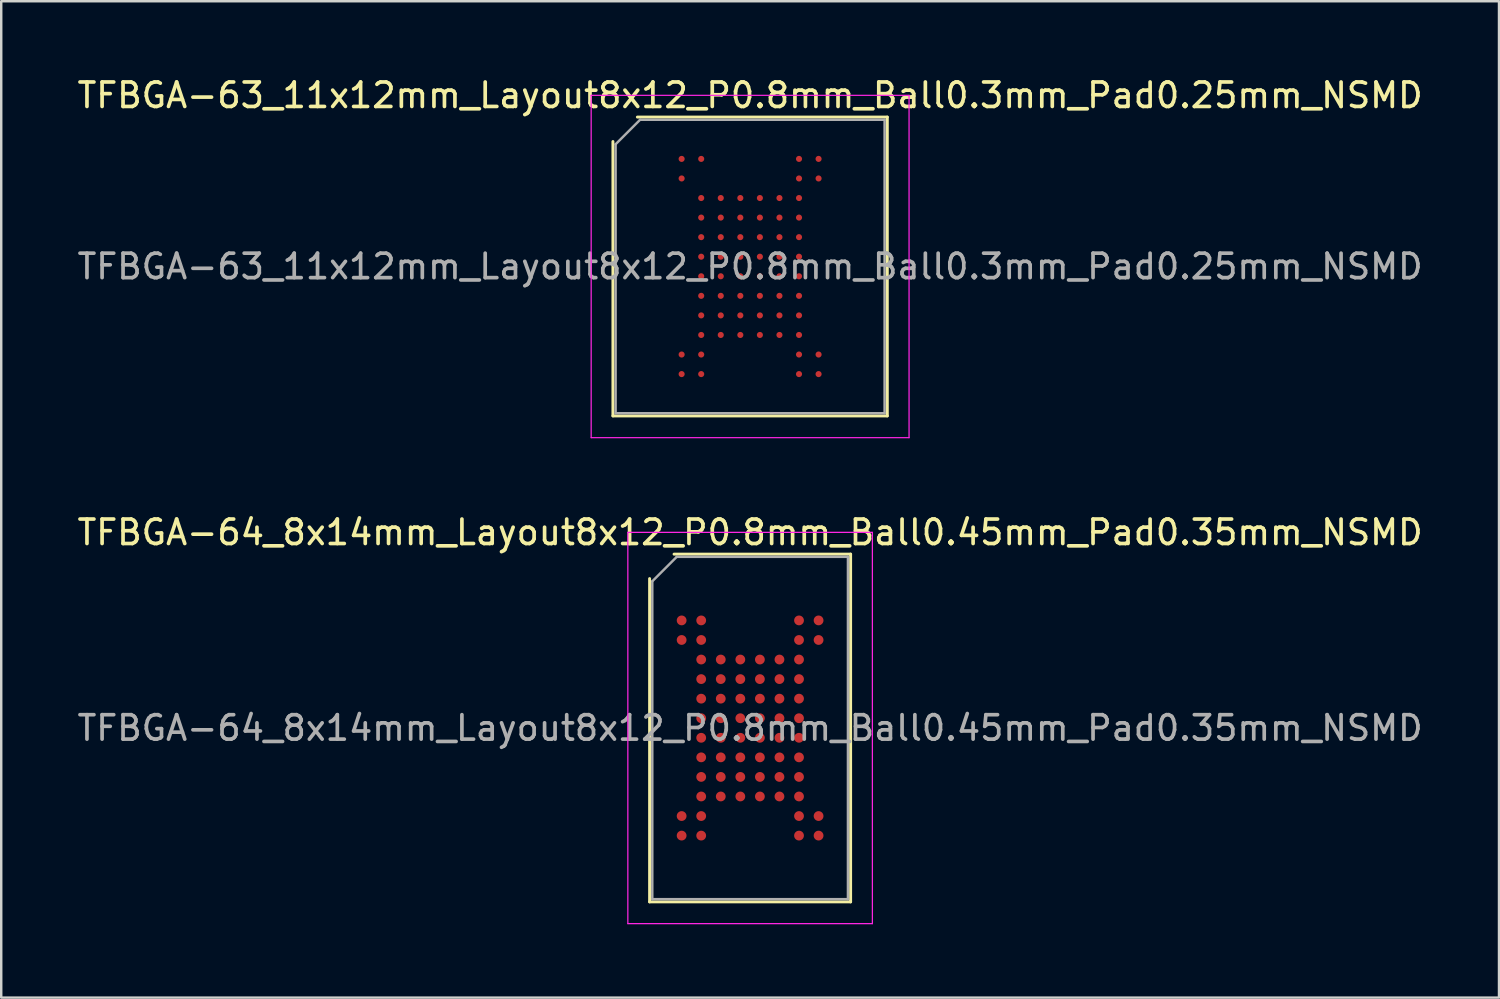
<source format=kicad_pcb>
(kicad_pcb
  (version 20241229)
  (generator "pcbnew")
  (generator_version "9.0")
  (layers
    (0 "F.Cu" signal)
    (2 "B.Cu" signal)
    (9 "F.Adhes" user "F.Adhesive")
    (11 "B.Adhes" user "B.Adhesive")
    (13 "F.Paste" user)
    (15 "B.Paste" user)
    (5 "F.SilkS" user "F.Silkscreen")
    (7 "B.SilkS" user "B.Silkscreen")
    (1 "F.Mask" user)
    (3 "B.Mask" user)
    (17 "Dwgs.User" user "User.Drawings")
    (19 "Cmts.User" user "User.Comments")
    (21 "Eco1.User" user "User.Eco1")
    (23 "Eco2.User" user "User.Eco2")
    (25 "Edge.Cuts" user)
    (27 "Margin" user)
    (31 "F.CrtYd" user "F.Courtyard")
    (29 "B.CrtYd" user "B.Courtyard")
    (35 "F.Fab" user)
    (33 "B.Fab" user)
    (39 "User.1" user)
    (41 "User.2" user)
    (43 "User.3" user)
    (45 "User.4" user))
  (footprint "TFBGA-63_11x12mm_Layout8x12_P0.8mm_Ball0.3mm_Pad0.25mm_NSMD"
    (layer "F.Cu")
    (at 27.625 7.848)
    (property "Reference" "TFBGA-63_11x12mm_Layout8x12_P0.8mm_Ball0.3mm_Pad0.25mm_NSMD" (at 0 -7 0) (layer "F.SilkS") (effects (font (size 1 1) (thickness 0.15))))
    (attr smd)
    (fp_line (start -5.61 6.11) (end -5.61 -5.11) (stroke (width 0.12) (type solid)) (layer "F.SilkS"))
    (fp_line (start -4.61 -6.11) (end 5.61 -6.11) (stroke (width 0.12) (type solid)) (layer "F.SilkS"))
    (fp_line (start 5.61 -6.11) (end 5.61 6.11) (stroke (width 0.12) (type solid)) (layer "F.SilkS"))
    (fp_line (start 5.61 6.11) (end -5.61 6.11) (stroke (width 0.12) (type solid)) (layer "F.SilkS"))
    (fp_line (start -6.5 -7) (end -6.5 7) (stroke (width 0.05) (type solid)) (layer "F.CrtYd"))
    (fp_line (start -6.5 7) (end 6.5 7) (stroke (width 0.05) (type solid)) (layer "F.CrtYd"))
    (fp_line (start 6.5 -7) (end -6.5 -7) (stroke (width 0.05) (type solid)) (layer "F.CrtYd"))
    (fp_line (start 6.5 7) (end 6.5 -7) (stroke (width 0.05) (type solid)) (layer "F.CrtYd"))
    (fp_line (start -5.5 -5) (end -4.5 -6) (stroke (width 0.1) (type solid)) (layer "F.Fab"))
    (fp_line (start -5.5 6) (end -5.5 -5) (stroke (width 0.1) (type solid)) (layer "F.Fab"))
    (fp_line (start -4.5 -6) (end 5.5 -6) (stroke (width 0.1) (type solid)) (layer "F.Fab"))
    (fp_line (start 5.5 -6) (end 5.5 6) (stroke (width 0.1) (type solid)) (layer "F.Fab"))
    (fp_line (start 5.5 6) (end -5.5 6) (stroke (width 0.1) (type solid)) (layer "F.Fab"))
    (fp_text user "${REFERENCE}" (at 0 0 0) (layer "F.Fab") (effects (font (size 1 1) (thickness 0.15))))
    (pad "A1" smd circle (at -2.8 -4.4) (size 0.25 0.25) (layers "F.Cu" "F.Mask" "F.Paste"))
    (pad "A2" smd circle (at -2 -4.4) (size 0.25 0.25) (layers "F.Cu" "F.Mask" "F.Paste"))
    (pad "A7" smd circle (at 2 -4.4) (size 0.25 0.25) (layers "F.Cu" "F.Mask" "F.Paste"))
    (pad "A8" smd circle (at 2.8 -4.4) (size 0.25 0.25) (layers "F.Cu" "F.Mask" "F.Paste"))
    (pad "B1" smd circle (at -2.8 -3.6) (size 0.25 0.25) (layers "F.Cu" "F.Mask" "F.Paste"))
    (pad "B7" smd circle (at 2 -3.6) (size 0.25 0.25) (layers "F.Cu" "F.Mask" "F.Paste"))
    (pad "B8" smd circle (at 2.8 -3.6) (size 0.25 0.25) (layers "F.Cu" "F.Mask" "F.Paste"))
    (pad "C2" smd circle (at -2 -2.8) (size 0.25 0.25) (layers "F.Cu" "F.Mask" "F.Paste"))
    (pad "C3" smd circle (at -1.2 -2.8) (size 0.25 0.25) (layers "F.Cu" "F.Mask" "F.Paste"))
    (pad "C4" smd circle (at -0.4 -2.8) (size 0.25 0.25) (layers "F.Cu" "F.Mask" "F.Paste"))
    (pad "C5" smd circle (at 0.4 -2.8) (size 0.25 0.25) (layers "F.Cu" "F.Mask" "F.Paste"))
    (pad "C6" smd circle (at 1.2 -2.8) (size 0.25 0.25) (layers "F.Cu" "F.Mask" "F.Paste"))
    (pad "C7" smd circle (at 2 -2.8) (size 0.25 0.25) (layers "F.Cu" "F.Mask" "F.Paste"))
    (pad "D2" smd circle (at -2 -2) (size 0.25 0.25) (layers "F.Cu" "F.Mask" "F.Paste"))
    (pad "D3" smd circle (at -1.2 -2) (size 0.25 0.25) (layers "F.Cu" "F.Mask" "F.Paste"))
    (pad "D4" smd circle (at -0.4 -2) (size 0.25 0.25) (layers "F.Cu" "F.Mask" "F.Paste"))
    (pad "D5" smd circle (at 0.4 -2) (size 0.25 0.25) (layers "F.Cu" "F.Mask" "F.Paste"))
    (pad "D6" smd circle (at 1.2 -2) (size 0.25 0.25) (layers "F.Cu" "F.Mask" "F.Paste"))
    (pad "D7" smd circle (at 2 -2) (size 0.25 0.25) (layers "F.Cu" "F.Mask" "F.Paste"))
    (pad "E2" smd circle (at -2 -1.2) (size 0.25 0.25) (layers "F.Cu" "F.Mask" "F.Paste"))
    (pad "E3" smd circle (at -1.2 -1.2) (size 0.25 0.25) (layers "F.Cu" "F.Mask" "F.Paste"))
    (pad "E4" smd circle (at -0.4 -1.2) (size 0.25 0.25) (layers "F.Cu" "F.Mask" "F.Paste"))
    (pad "E5" smd circle (at 0.4 -1.2) (size 0.25 0.25) (layers "F.Cu" "F.Mask" "F.Paste"))
    (pad "E6" smd circle (at 1.2 -1.2) (size 0.25 0.25) (layers "F.Cu" "F.Mask" "F.Paste"))
    (pad "E7" smd circle (at 2 -1.2) (size 0.25 0.25) (layers "F.Cu" "F.Mask" "F.Paste"))
    (pad "F2" smd circle (at -2 -0.4) (size 0.25 0.25) (layers "F.Cu" "F.Mask" "F.Paste"))
    (pad "F3" smd circle (at -1.2 -0.4) (size 0.25 0.25) (layers "F.Cu" "F.Mask" "F.Paste"))
    (pad "F4" smd circle (at -0.4 -0.4) (size 0.25 0.25) (layers "F.Cu" "F.Mask" "F.Paste"))
    (pad "F5" smd circle (at 0.4 -0.4) (size 0.25 0.25) (layers "F.Cu" "F.Mask" "F.Paste"))
    (pad "F6" smd circle (at 1.2 -0.4) (size 0.25 0.25) (layers "F.Cu" "F.Mask" "F.Paste"))
    (pad "F7" smd circle (at 2 -0.4) (size 0.25 0.25) (layers "F.Cu" "F.Mask" "F.Paste"))
    (pad "G2" smd circle (at -2 0.4) (size 0.25 0.25) (layers "F.Cu" "F.Mask" "F.Paste"))
    (pad "G3" smd circle (at -1.2 0.4) (size 0.25 0.25) (layers "F.Cu" "F.Mask" "F.Paste"))
    (pad "G4" smd circle (at -0.4 0.4) (size 0.25 0.25) (layers "F.Cu" "F.Mask" "F.Paste"))
    (pad "G5" smd circle (at 0.4 0.4) (size 0.25 0.25) (layers "F.Cu" "F.Mask" "F.Paste"))
    (pad "G6" smd circle (at 1.2 0.4) (size 0.25 0.25) (layers "F.Cu" "F.Mask" "F.Paste"))
    (pad "G7" smd circle (at 2 0.4) (size 0.25 0.25) (layers "F.Cu" "F.Mask" "F.Paste"))
    (pad "H2" smd circle (at -2 1.2) (size 0.25 0.25) (layers "F.Cu" "F.Mask" "F.Paste"))
    (pad "H3" smd circle (at -1.2 1.2) (size 0.25 0.25) (layers "F.Cu" "F.Mask" "F.Paste"))
    (pad "H4" smd circle (at -0.4 1.2) (size 0.25 0.25) (layers "F.Cu" "F.Mask" "F.Paste"))
    (pad "H5" smd circle (at 0.4 1.2) (size 0.25 0.25) (layers "F.Cu" "F.Mask" "F.Paste"))
    (pad "H6" smd circle (at 1.2 1.2) (size 0.25 0.25) (layers "F.Cu" "F.Mask" "F.Paste"))
    (pad "H7" smd circle (at 2 1.2) (size 0.25 0.25) (layers "F.Cu" "F.Mask" "F.Paste"))
    (pad "J2" smd circle (at -2 2) (size 0.25 0.25) (layers "F.Cu" "F.Mask" "F.Paste"))
    (pad "J3" smd circle (at -1.2 2) (size 0.25 0.25) (layers "F.Cu" "F.Mask" "F.Paste"))
    (pad "J4" smd circle (at -0.4 2) (size 0.25 0.25) (layers "F.Cu" "F.Mask" "F.Paste"))
    (pad "J5" smd circle (at 0.4 2) (size 0.25 0.25) (layers "F.Cu" "F.Mask" "F.Paste"))
    (pad "J6" smd circle (at 1.2 2) (size 0.25 0.25) (layers "F.Cu" "F.Mask" "F.Paste"))
    (pad "J7" smd circle (at 2 2) (size 0.25 0.25) (layers "F.Cu" "F.Mask" "F.Paste"))
    (pad "K2" smd circle (at -2 2.8) (size 0.25 0.25) (layers "F.Cu" "F.Mask" "F.Paste"))
    (pad "K3" smd circle (at -1.2 2.8) (size 0.25 0.25) (layers "F.Cu" "F.Mask" "F.Paste"))
    (pad "K4" smd circle (at -0.4 2.8) (size 0.25 0.25) (layers "F.Cu" "F.Mask" "F.Paste"))
    (pad "K5" smd circle (at 0.4 2.8) (size 0.25 0.25) (layers "F.Cu" "F.Mask" "F.Paste"))
    (pad "K6" smd circle (at 1.2 2.8) (size 0.25 0.25) (layers "F.Cu" "F.Mask" "F.Paste"))
    (pad "K7" smd circle (at 2 2.8) (size 0.25 0.25) (layers "F.Cu" "F.Mask" "F.Paste"))
    (pad "L1" smd circle (at -2.8 3.6) (size 0.25 0.25) (layers "F.Cu" "F.Mask" "F.Paste"))
    (pad "L2" smd circle (at -2 3.6) (size 0.25 0.25) (layers "F.Cu" "F.Mask" "F.Paste"))
    (pad "L7" smd circle (at 2 3.6) (size 0.25 0.25) (layers "F.Cu" "F.Mask" "F.Paste"))
    (pad "L8" smd circle (at 2.8 3.6) (size 0.25 0.25) (layers "F.Cu" "F.Mask" "F.Paste"))
    (pad "M1" smd circle (at -2.8 4.4) (size 0.25 0.25) (layers "F.Cu" "F.Mask" "F.Paste"))
    (pad "M2" smd circle (at -2 4.4) (size 0.25 0.25) (layers "F.Cu" "F.Mask" "F.Paste"))
    (pad "M7" smd circle (at 2 4.4) (size 0.25 0.25) (layers "F.Cu" "F.Mask" "F.Paste"))
    (pad "M8" smd circle (at 2.8 4.4) (size 0.25 0.25) (layers "F.Cu" "F.Mask" "F.Paste")))
  (footprint "TFBGA-64_8x14mm_Layout8x12_P0.8mm_Ball0.45mm_Pad0.35mm_NSMD"
    (layer "F.Cu")
    (at 27.625 26.721)
    (property "Reference" "TFBGA-64_8x14mm_Layout8x12_P0.8mm_Ball0.45mm_Pad0.35mm_NSMD" (at 0 -8 0) (layer "F.SilkS") (effects (font (size 1 1) (thickness 0.15))))
    (attr smd)
    (fp_line (start -4.11 7.11) (end -4.11 -6.11) (stroke (width 0.12) (type solid)) (layer "F.SilkS"))
    (fp_line (start -3.11 -7.11) (end 4.11 -7.11) (stroke (width 0.12) (type solid)) (layer "F.SilkS"))
    (fp_line (start 4.11 -7.11) (end 4.11 7.11) (stroke (width 0.12) (type solid)) (layer "F.SilkS"))
    (fp_line (start 4.11 7.11) (end -4.11 7.11) (stroke (width 0.12) (type solid)) (layer "F.SilkS"))
    (fp_line (start -5 -8) (end -5 8) (stroke (width 0.05) (type solid)) (layer "F.CrtYd"))
    (fp_line (start -5 8) (end 5 8) (stroke (width 0.05) (type solid)) (layer "F.CrtYd"))
    (fp_line (start 5 -8) (end -5 -8) (stroke (width 0.05) (type solid)) (layer "F.CrtYd"))
    (fp_line (start 5 8) (end 5 -8) (stroke (width 0.05) (type solid)) (layer "F.CrtYd"))
    (fp_line (start -4 -6) (end -3 -7) (stroke (width 0.1) (type solid)) (layer "F.Fab"))
    (fp_line (start -4 7) (end -4 -6) (stroke (width 0.1) (type solid)) (layer "F.Fab"))
    (fp_line (start -3 -7) (end 4 -7) (stroke (width 0.1) (type solid)) (layer "F.Fab"))
    (fp_line (start 4 -7) (end 4 7) (stroke (width 0.1) (type solid)) (layer "F.Fab"))
    (fp_line (start 4 7) (end -4 7) (stroke (width 0.1) (type solid)) (layer "F.Fab"))
    (fp_text user "${REFERENCE}" (at 0 0 0) (layer "F.Fab") (effects (font (size 1 1) (thickness 0.15))))
    (pad "A1" smd circle (at -2.8 -4.4) (size 0.4 0.4) (layers "F.Cu" "F.Mask" "F.Paste"))
    (pad "A2" smd circle (at -2 -4.4) (size 0.4 0.4) (layers "F.Cu" "F.Mask" "F.Paste"))
    (pad "A7" smd circle (at 2 -4.4) (size 0.4 0.4) (layers "F.Cu" "F.Mask" "F.Paste"))
    (pad "A8" smd circle (at 2.8 -4.4) (size 0.4 0.4) (layers "F.Cu" "F.Mask" "F.Paste"))
    (pad "B1" smd circle (at -2.8 -3.6) (size 0.4 0.4) (layers "F.Cu" "F.Mask" "F.Paste"))
    (pad "B2" smd circle (at -2 -3.6) (size 0.4 0.4) (layers "F.Cu" "F.Mask" "F.Paste"))
    (pad "B7" smd circle (at 2 -3.6) (size 0.4 0.4) (layers "F.Cu" "F.Mask" "F.Paste"))
    (pad "B8" smd circle (at 2.8 -3.6) (size 0.4 0.4) (layers "F.Cu" "F.Mask" "F.Paste"))
    (pad "C2" smd circle (at -2 -2.8) (size 0.4 0.4) (layers "F.Cu" "F.Mask" "F.Paste"))
    (pad "C3" smd circle (at -1.2 -2.8) (size 0.4 0.4) (layers "F.Cu" "F.Mask" "F.Paste"))
    (pad "C4" smd circle (at -0.4 -2.8) (size 0.4 0.4) (layers "F.Cu" "F.Mask" "F.Paste"))
    (pad "C5" smd circle (at 0.4 -2.8) (size 0.4 0.4) (layers "F.Cu" "F.Mask" "F.Paste"))
    (pad "C6" smd circle (at 1.2 -2.8) (size 0.4 0.4) (layers "F.Cu" "F.Mask" "F.Paste"))
    (pad "C7" smd circle (at 2 -2.8) (size 0.4 0.4) (layers "F.Cu" "F.Mask" "F.Paste"))
    (pad "D2" smd circle (at -2 -2) (size 0.4 0.4) (layers "F.Cu" "F.Mask" "F.Paste"))
    (pad "D3" smd circle (at -1.2 -2) (size 0.4 0.4) (layers "F.Cu" "F.Mask" "F.Paste"))
    (pad "D4" smd circle (at -0.4 -2) (size 0.4 0.4) (layers "F.Cu" "F.Mask" "F.Paste"))
    (pad "D5" smd circle (at 0.4 -2) (size 0.4 0.4) (layers "F.Cu" "F.Mask" "F.Paste"))
    (pad "D6" smd circle (at 1.2 -2) (size 0.4 0.4) (layers "F.Cu" "F.Mask" "F.Paste"))
    (pad "D7" smd circle (at 2 -2) (size 0.4 0.4) (layers "F.Cu" "F.Mask" "F.Paste"))
    (pad "E2" smd circle (at -2 -1.2) (size 0.4 0.4) (layers "F.Cu" "F.Mask" "F.Paste"))
    (pad "E3" smd circle (at -1.2 -1.2) (size 0.4 0.4) (layers "F.Cu" "F.Mask" "F.Paste"))
    (pad "E4" smd circle (at -0.4 -1.2) (size 0.4 0.4) (layers "F.Cu" "F.Mask" "F.Paste"))
    (pad "E5" smd circle (at 0.4 -1.2) (size 0.4 0.4) (layers "F.Cu" "F.Mask" "F.Paste"))
    (pad "E6" smd circle (at 1.2 -1.2) (size 0.4 0.4) (layers "F.Cu" "F.Mask" "F.Paste"))
    (pad "E7" smd circle (at 2 -1.2) (size 0.4 0.4) (layers "F.Cu" "F.Mask" "F.Paste"))
    (pad "F2" smd circle (at -2 -0.4) (size 0.4 0.4) (layers "F.Cu" "F.Mask" "F.Paste"))
    (pad "F3" smd circle (at -1.2 -0.4) (size 0.4 0.4) (layers "F.Cu" "F.Mask" "F.Paste"))
    (pad "F4" smd circle (at -0.4 -0.4) (size 0.4 0.4) (layers "F.Cu" "F.Mask" "F.Paste"))
    (pad "F5" smd circle (at 0.4 -0.4) (size 0.4 0.4) (layers "F.Cu" "F.Mask" "F.Paste"))
    (pad "F6" smd circle (at 1.2 -0.4) (size 0.4 0.4) (layers "F.Cu" "F.Mask" "F.Paste"))
    (pad "F7" smd circle (at 2 -0.4) (size 0.4 0.4) (layers "F.Cu" "F.Mask" "F.Paste"))
    (pad "G2" smd circle (at -2 0.4) (size 0.4 0.4) (layers "F.Cu" "F.Mask" "F.Paste"))
    (pad "G3" smd circle (at -1.2 0.4) (size 0.4 0.4) (layers "F.Cu" "F.Mask" "F.Paste"))
    (pad "G4" smd circle (at -0.4 0.4) (size 0.4 0.4) (layers "F.Cu" "F.Mask" "F.Paste"))
    (pad "G5" smd circle (at 0.4 0.4) (size 0.4 0.4) (layers "F.Cu" "F.Mask" "F.Paste"))
    (pad "G6" smd circle (at 1.2 0.4) (size 0.4 0.4) (layers "F.Cu" "F.Mask" "F.Paste"))
    (pad "G7" smd circle (at 2 0.4) (size 0.4 0.4) (layers "F.Cu" "F.Mask" "F.Paste"))
    (pad "H2" smd circle (at -2 1.2) (size 0.4 0.4) (layers "F.Cu" "F.Mask" "F.Paste"))
    (pad "H3" smd circle (at -1.2 1.2) (size 0.4 0.4) (layers "F.Cu" "F.Mask" "F.Paste"))
    (pad "H4" smd circle (at -0.4 1.2) (size 0.4 0.4) (layers "F.Cu" "F.Mask" "F.Paste"))
    (pad "H5" smd circle (at 0.4 1.2) (size 0.4 0.4) (layers "F.Cu" "F.Mask" "F.Paste"))
    (pad "H6" smd circle (at 1.2 1.2) (size 0.4 0.4) (layers "F.Cu" "F.Mask" "F.Paste"))
    (pad "H7" smd circle (at 2 1.2) (size 0.4 0.4) (layers "F.Cu" "F.Mask" "F.Paste"))
    (pad "J2" smd circle (at -2 2) (size 0.4 0.4) (layers "F.Cu" "F.Mask" "F.Paste"))
    (pad "J3" smd circle (at -1.2 2) (size 0.4 0.4) (layers "F.Cu" "F.Mask" "F.Paste"))
    (pad "J4" smd circle (at -0.4 2) (size 0.4 0.4) (layers "F.Cu" "F.Mask" "F.Paste"))
    (pad "J5" smd circle (at 0.4 2) (size 0.4 0.4) (layers "F.Cu" "F.Mask" "F.Paste"))
    (pad "J6" smd circle (at 1.2 2) (size 0.4 0.4) (layers "F.Cu" "F.Mask" "F.Paste"))
    (pad "J7" smd circle (at 2 2) (size 0.4 0.4) (layers "F.Cu" "F.Mask" "F.Paste"))
    (pad "K2" smd circle (at -2 2.8) (size 0.4 0.4) (layers "F.Cu" "F.Mask" "F.Paste"))
    (pad "K3" smd circle (at -1.2 2.8) (size 0.4 0.4) (layers "F.Cu" "F.Mask" "F.Paste"))
    (pad "K4" smd circle (at -0.4 2.8) (size 0.4 0.4) (layers "F.Cu" "F.Mask" "F.Paste"))
    (pad "K5" smd circle (at 0.4 2.8) (size 0.4 0.4) (layers "F.Cu" "F.Mask" "F.Paste"))
    (pad "K6" smd circle (at 1.2 2.8) (size 0.4 0.4) (layers "F.Cu" "F.Mask" "F.Paste"))
    (pad "K7" smd circle (at 2 2.8) (size 0.4 0.4) (layers "F.Cu" "F.Mask" "F.Paste"))
    (pad "L1" smd circle (at -2.8 3.6) (size 0.4 0.4) (layers "F.Cu" "F.Mask" "F.Paste"))
    (pad "L2" smd circle (at -2 3.6) (size 0.4 0.4) (layers "F.Cu" "F.Mask" "F.Paste"))
    (pad "L7" smd circle (at 2 3.6) (size 0.4 0.4) (layers "F.Cu" "F.Mask" "F.Paste"))
    (pad "L8" smd circle (at 2.8 3.6) (size 0.4 0.4) (layers "F.Cu" "F.Mask" "F.Paste"))
    (pad "M1" smd circle (at -2.8 4.4) (size 0.4 0.4) (layers "F.Cu" "F.Mask" "F.Paste"))
    (pad "M2" smd circle (at -2 4.4) (size 0.4 0.4) (layers "F.Cu" "F.Mask" "F.Paste"))
    (pad "M7" smd circle (at 2 4.4) (size 0.4 0.4) (layers "F.Cu" "F.Mask" "F.Paste"))
    (pad "M8" smd circle (at 2.8 4.4) (size 0.4 0.4) (layers "F.Cu" "F.Mask" "F.Paste")))
  (gr_rect
    (start -3 -3)
    (end 58.25 37.746)
    (stroke (width 0.1) (type default))
    (fill no)
    (layer "Edge.Cuts")))
</source>
